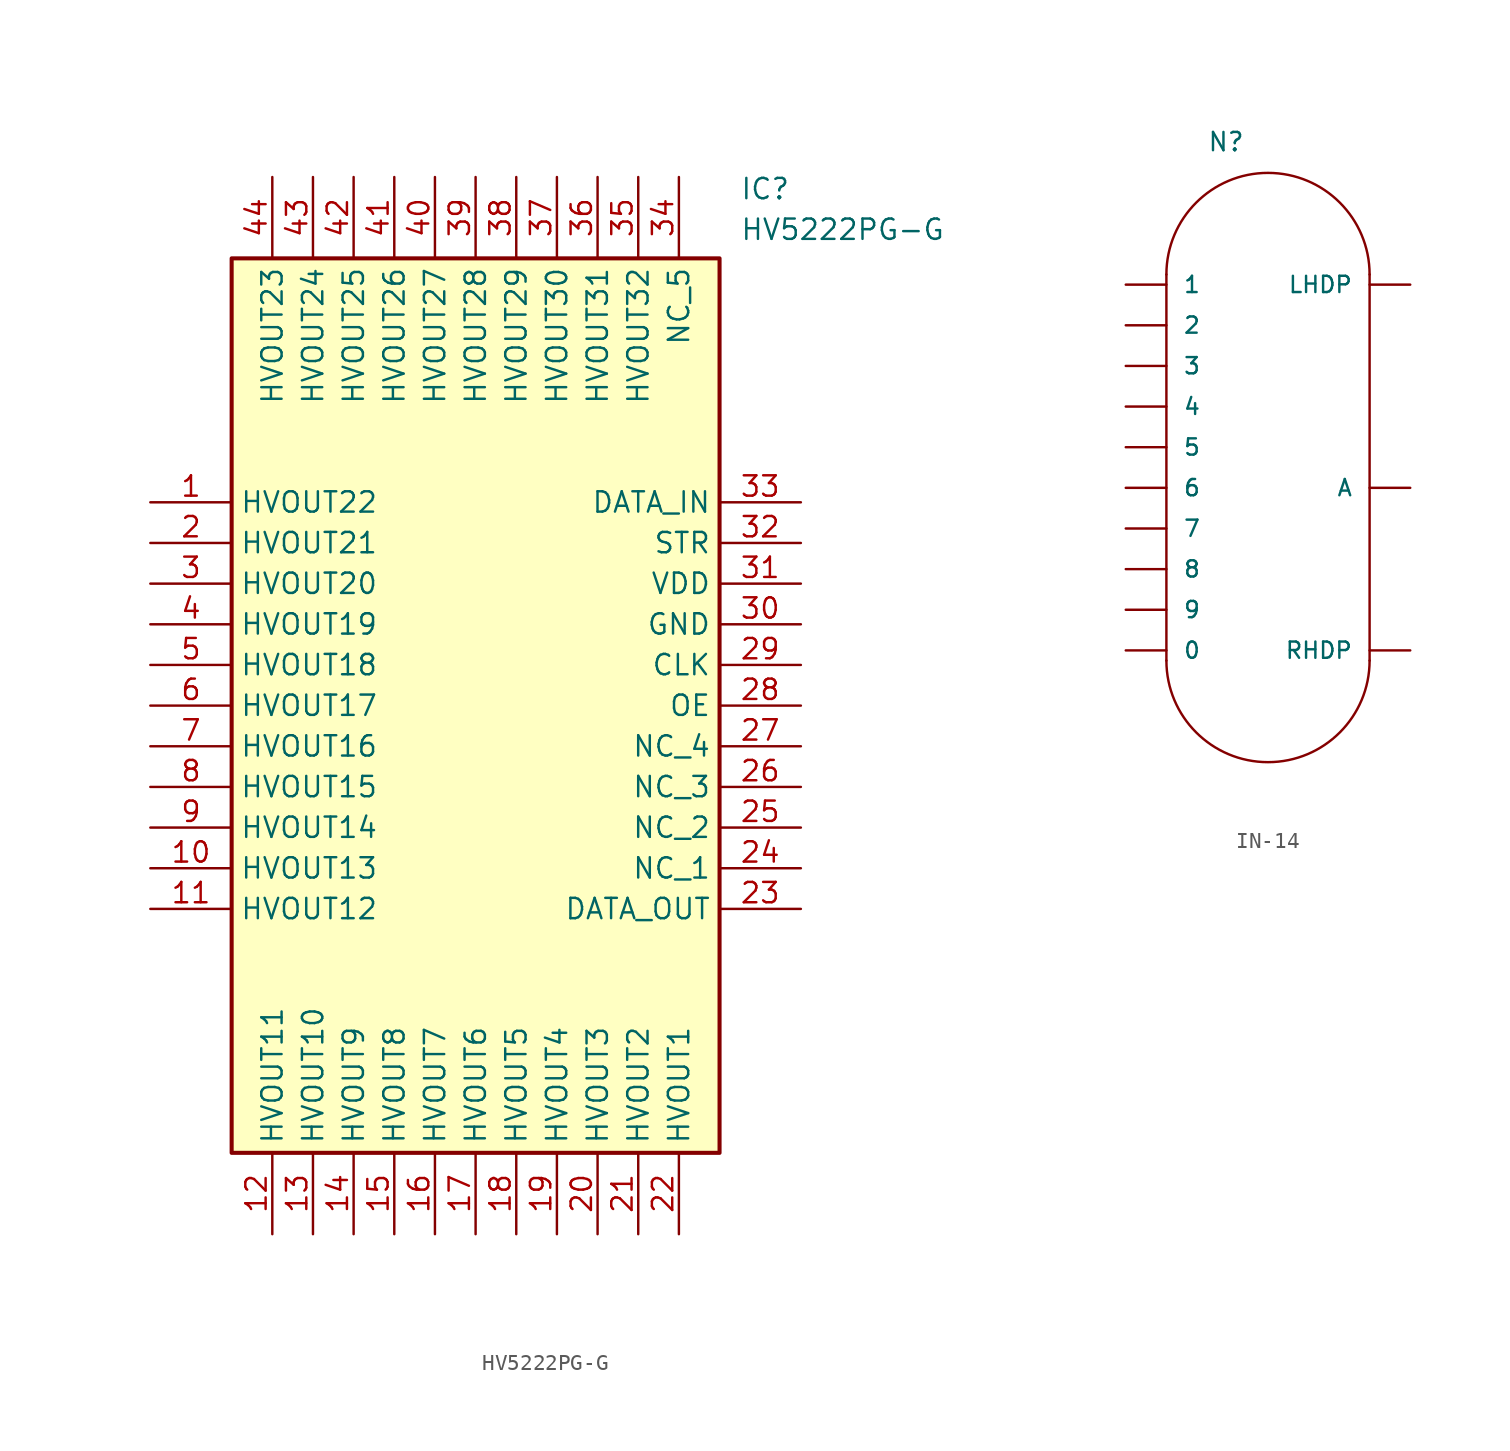
<source format=kicad_sym>
(kicad_symbol_lib
  (version 20231120)
  (generator "kicad_symbol_editor")
  (generator_version "8.0")
  (symbol "HV5222PG-G"
    (property "Reference" "IC"
      (at 36.83 20.32 0)
      (effects (font (size 1.27 1.27)) (justify left top)))
    (property "Value" "HV5222PG-G"
      (at 36.83 17.78 0)
      (effects (font (size 1.27 1.27)) (justify left top)))
    (symbol "HV5222PG-G_1_1"
      (rectangle (start 5.08 15.24) (end 35.56 -40.64) (stroke (width 0.254) (type default)) (fill (type background)))
      (pin passive line (at 0 0 0) (length 5.08) (name "HVOUT22" (effects (font (size 1.27 1.27)))) (number "1" (effects (font (size 1.27 1.27)))))
      (pin passive line (at 0 -22.86 0) (length 5.08) (name "HVOUT13" (effects (font (size 1.27 1.27)))) (number "10" (effects (font (size 1.27 1.27)))))
      (pin passive line (at 0 -25.4 0) (length 5.08) (name "HVOUT12" (effects (font (size 1.27 1.27)))) (number "11" (effects (font (size 1.27 1.27)))))
      (pin passive line (at 7.62 -45.72 90) (length 5.08) (name "HVOUT11" (effects (font (size 1.27 1.27)))) (number "12" (effects (font (size 1.27 1.27)))))
      (pin passive line (at 10.16 -45.72 90) (length 5.08) (name "HVOUT10" (effects (font (size 1.27 1.27)))) (number "13" (effects (font (size 1.27 1.27)))))
      (pin passive line (at 12.7 -45.72 90) (length 5.08) (name "HVOUT9" (effects (font (size 1.27 1.27)))) (number "14" (effects (font (size 1.27 1.27)))))
      (pin passive line (at 15.24 -45.72 90) (length 5.08) (name "HVOUT8" (effects (font (size 1.27 1.27)))) (number "15" (effects (font (size 1.27 1.27)))))
      (pin passive line (at 17.78 -45.72 90) (length 5.08) (name "HVOUT7" (effects (font (size 1.27 1.27)))) (number "16" (effects (font (size 1.27 1.27)))))
      (pin passive line (at 20.32 -45.72 90) (length 5.08) (name "HVOUT6" (effects (font (size 1.27 1.27)))) (number "17" (effects (font (size 1.27 1.27)))))
      (pin passive line (at 22.86 -45.72 90) (length 5.08) (name "HVOUT5" (effects (font (size 1.27 1.27)))) (number "18" (effects (font (size 1.27 1.27)))))
      (pin passive line (at 25.4 -45.72 90) (length 5.08) (name "HVOUT4" (effects (font (size 1.27 1.27)))) (number "19" (effects (font (size 1.27 1.27)))))
      (pin passive line (at 0 -2.54 0) (length 5.08) (name "HVOUT21" (effects (font (size 1.27 1.27)))) (number "2" (effects (font (size 1.27 1.27)))))
      (pin passive line (at 27.94 -45.72 90) (length 5.08) (name "HVOUT3" (effects (font (size 1.27 1.27)))) (number "20" (effects (font (size 1.27 1.27)))))
      (pin passive line (at 30.48 -45.72 90) (length 5.08) (name "HVOUT2" (effects (font (size 1.27 1.27)))) (number "21" (effects (font (size 1.27 1.27)))))
      (pin passive line (at 33.02 -45.72 90) (length 5.08) (name "HVOUT1" (effects (font (size 1.27 1.27)))) (number "22" (effects (font (size 1.27 1.27)))))
      (pin passive line (at 40.64 -25.4 180) (length 5.08) (name "DATA_OUT" (effects (font (size 1.27 1.27)))) (number "23" (effects (font (size 1.27 1.27)))))
      (pin passive line (at 40.64 -22.86 180) (length 5.08) (name "NC_1" (effects (font (size 1.27 1.27)))) (number "24" (effects (font (size 1.27 1.27)))))
      (pin passive line (at 40.64 -20.32 180) (length 5.08) (name "NC_2" (effects (font (size 1.27 1.27)))) (number "25" (effects (font (size 1.27 1.27)))))
      (pin passive line (at 40.64 -17.78 180) (length 5.08) (name "NC_3" (effects (font (size 1.27 1.27)))) (number "26" (effects (font (size 1.27 1.27)))))
      (pin passive line (at 40.64 -15.24 180) (length 5.08) (name "NC_4" (effects (font (size 1.27 1.27)))) (number "27" (effects (font (size 1.27 1.27)))))
      (pin passive line (at 40.64 -12.7 180) (length 5.08) (name "OE" (effects (font (size 1.27 1.27)))) (number "28" (effects (font (size 1.27 1.27)))))
      (pin passive line (at 40.64 -10.16 180) (length 5.08) (name "CLK" (effects (font (size 1.27 1.27)))) (number "29" (effects (font (size 1.27 1.27)))))
      (pin passive line (at 0 -5.08 0) (length 5.08) (name "HVOUT20" (effects (font (size 1.27 1.27)))) (number "3" (effects (font (size 1.27 1.27)))))
      (pin passive line (at 40.64 -7.62 180) (length 5.08) (name "GND" (effects (font (size 1.27 1.27)))) (number "30" (effects (font (size 1.27 1.27)))))
      (pin passive line (at 40.64 -5.08 180) (length 5.08) (name "VDD" (effects (font (size 1.27 1.27)))) (number "31" (effects (font (size 1.27 1.27)))))
      (pin passive line (at 40.64 -2.54 180) (length 5.08) (name "STR" (effects (font (size 1.27 1.27)))) (number "32" (effects (font (size 1.27 1.27)))))
      (pin passive line (at 40.64 0 180) (length 5.08) (name "DATA_IN" (effects (font (size 1.27 1.27)))) (number "33" (effects (font (size 1.27 1.27)))))
      (pin passive line (at 33.02 20.32 270) (length 5.08) (name "NC_5" (effects (font (size 1.27 1.27)))) (number "34" (effects (font (size 1.27 1.27)))))
      (pin passive line (at 30.48 20.32 270) (length 5.08) (name "HVOUT32" (effects (font (size 1.27 1.27)))) (number "35" (effects (font (size 1.27 1.27)))))
      (pin passive line (at 27.94 20.32 270) (length 5.08) (name "HVOUT31" (effects (font (size 1.27 1.27)))) (number "36" (effects (font (size 1.27 1.27)))))
      (pin passive line (at 25.4 20.32 270) (length 5.08) (name "HVOUT30" (effects (font (size 1.27 1.27)))) (number "37" (effects (font (size 1.27 1.27)))))
      (pin passive line (at 22.86 20.32 270) (length 5.08) (name "HVOUT29" (effects (font (size 1.27 1.27)))) (number "38" (effects (font (size 1.27 1.27)))))
      (pin passive line (at 20.32 20.32 270) (length 5.08) (name "HVOUT28" (effects (font (size 1.27 1.27)))) (number "39" (effects (font (size 1.27 1.27)))))
      (pin passive line (at 0 -7.62 0) (length 5.08) (name "HVOUT19" (effects (font (size 1.27 1.27)))) (number "4" (effects (font (size 1.27 1.27)))))
      (pin passive line (at 17.78 20.32 270) (length 5.08) (name "HVOUT27" (effects (font (size 1.27 1.27)))) (number "40" (effects (font (size 1.27 1.27)))))
      (pin passive line (at 15.24 20.32 270) (length 5.08) (name "HVOUT26" (effects (font (size 1.27 1.27)))) (number "41" (effects (font (size 1.27 1.27)))))
      (pin passive line (at 12.7 20.32 270) (length 5.08) (name "HVOUT25" (effects (font (size 1.27 1.27)))) (number "42" (effects (font (size 1.27 1.27)))))
      (pin passive line (at 10.16 20.32 270) (length 5.08) (name "HVOUT24" (effects (font (size 1.27 1.27)))) (number "43" (effects (font (size 1.27 1.27)))))
      (pin passive line (at 7.62 20.32 270) (length 5.08) (name "HVOUT23" (effects (font (size 1.27 1.27)))) (number "44" (effects (font (size 1.27 1.27)))))
      (pin passive line (at 0 -10.16 0) (length 5.08) (name "HVOUT18" (effects (font (size 1.27 1.27)))) (number "5" (effects (font (size 1.27 1.27)))))
      (pin passive line (at 0 -12.7 0) (length 5.08) (name "HVOUT17" (effects (font (size 1.27 1.27)))) (number "6" (effects (font (size 1.27 1.27)))))
      (pin passive line (at 0 -15.24 0) (length 5.08) (name "HVOUT16" (effects (font (size 1.27 1.27)))) (number "7" (effects (font (size 1.27 1.27)))))
      (pin passive line (at 0 -17.78 0) (length 5.08) (name "HVOUT15" (effects (font (size 1.27 1.27)))) (number "8" (effects (font (size 1.27 1.27)))))
      (pin passive line (at 0 -20.32 0) (length 5.08) (name "HVOUT14" (effects (font (size 1.27 1.27)))) (number "9" (effects (font (size 1.27 1.27)))))))
  (symbol "IN-14"
    (pin_numbers hide)
    (pin_names
      (offset 1.016))
    (property "Reference" "N"
      (at -2.54 18.415 0)
      (effects (font (size 1.143 1.143)) (justify left bottom)))
    (symbol "IN-14_1_0"
      (polyline (pts (xy -5.08 -13.335) (xy -5.08 10.795)) (stroke (width 0) (type solid)) (fill (type none)))
      (polyline (pts (xy 7.62 -13.335) (xy 7.62 10.795)) (stroke (width 0) (type solid)) (fill (type none))))
    (symbol "IN-14_1_1"
      (arc (start -5.08 -13.335) (mid 1.27 -19.685) (end 7.62 -13.335) (stroke (width 0) (type solid)) (fill (type none)))
      (arc (start 7.62 10.795) (mid 1.27 17.145) (end -5.08 10.795) (stroke (width 0) (type solid)) (fill (type none)))
      (pin bidirectional line (at -7.62 -12.7 0) (length 2.54) (name "0" (effects (font (size 1.016 1.016)))) (number "0" (effects (font (size 1.016 1.016)))))
      (pin bidirectional line (at -7.62 10.16 0) (length 2.54) (name "1" (effects (font (size 1.016 1.016)))) (number "1" (effects (font (size 1.016 1.016)))))
      (pin bidirectional line (at -7.62 7.62 0) (length 2.54) (name "2" (effects (font (size 1.016 1.016)))) (number "2" (effects (font (size 1.016 1.016)))))
      (pin bidirectional line (at -7.62 5.08 0) (length 2.54) (name "3" (effects (font (size 1.016 1.016)))) (number "3" (effects (font (size 1.016 1.016)))))
      (pin bidirectional line (at -7.62 2.54 0) (length 2.54) (name "4" (effects (font (size 1.016 1.016)))) (number "4" (effects (font (size 1.016 1.016)))))
      (pin bidirectional line (at -7.62 0 0) (length 2.54) (name "5" (effects (font (size 1.016 1.016)))) (number "5" (effects (font (size 1.016 1.016)))))
      (pin bidirectional line (at -7.62 -2.54 0) (length 2.54) (name "6" (effects (font (size 1.016 1.016)))) (number "6" (effects (font (size 1.016 1.016)))))
      (pin bidirectional line (at -7.62 -5.08 0) (length 2.54) (name "7" (effects (font (size 1.016 1.016)))) (number "7" (effects (font (size 1.016 1.016)))))
      (pin bidirectional line (at -7.62 -7.62 0) (length 2.54) (name "8" (effects (font (size 1.016 1.016)))) (number "8" (effects (font (size 1.016 1.016)))))
      (pin bidirectional line (at -7.62 -10.16 0) (length 2.54) (name "9" (effects (font (size 1.016 1.016)))) (number "9" (effects (font (size 1.016 1.016)))))
      (pin bidirectional line (at 10.16 -2.54 180) (length 2.54) (name "A" (effects (font (size 1.016 1.016)))) (number "A" (effects (font (size 1.016 1.016)))))
      (pin bidirectional line (at 10.16 10.16 180) (length 2.54) (name "LHDP" (effects (font (size 1.016 1.016)))) (number "LHDP" (effects (font (size 1.016 1.016)))))
      (pin bidirectional line (at 10.16 -12.7 180) (length 2.54) (name "RHDP" (effects (font (size 1.016 1.016)))) (number "RHDP" (effects (font (size 1.016 1.016))))))))
</source>
